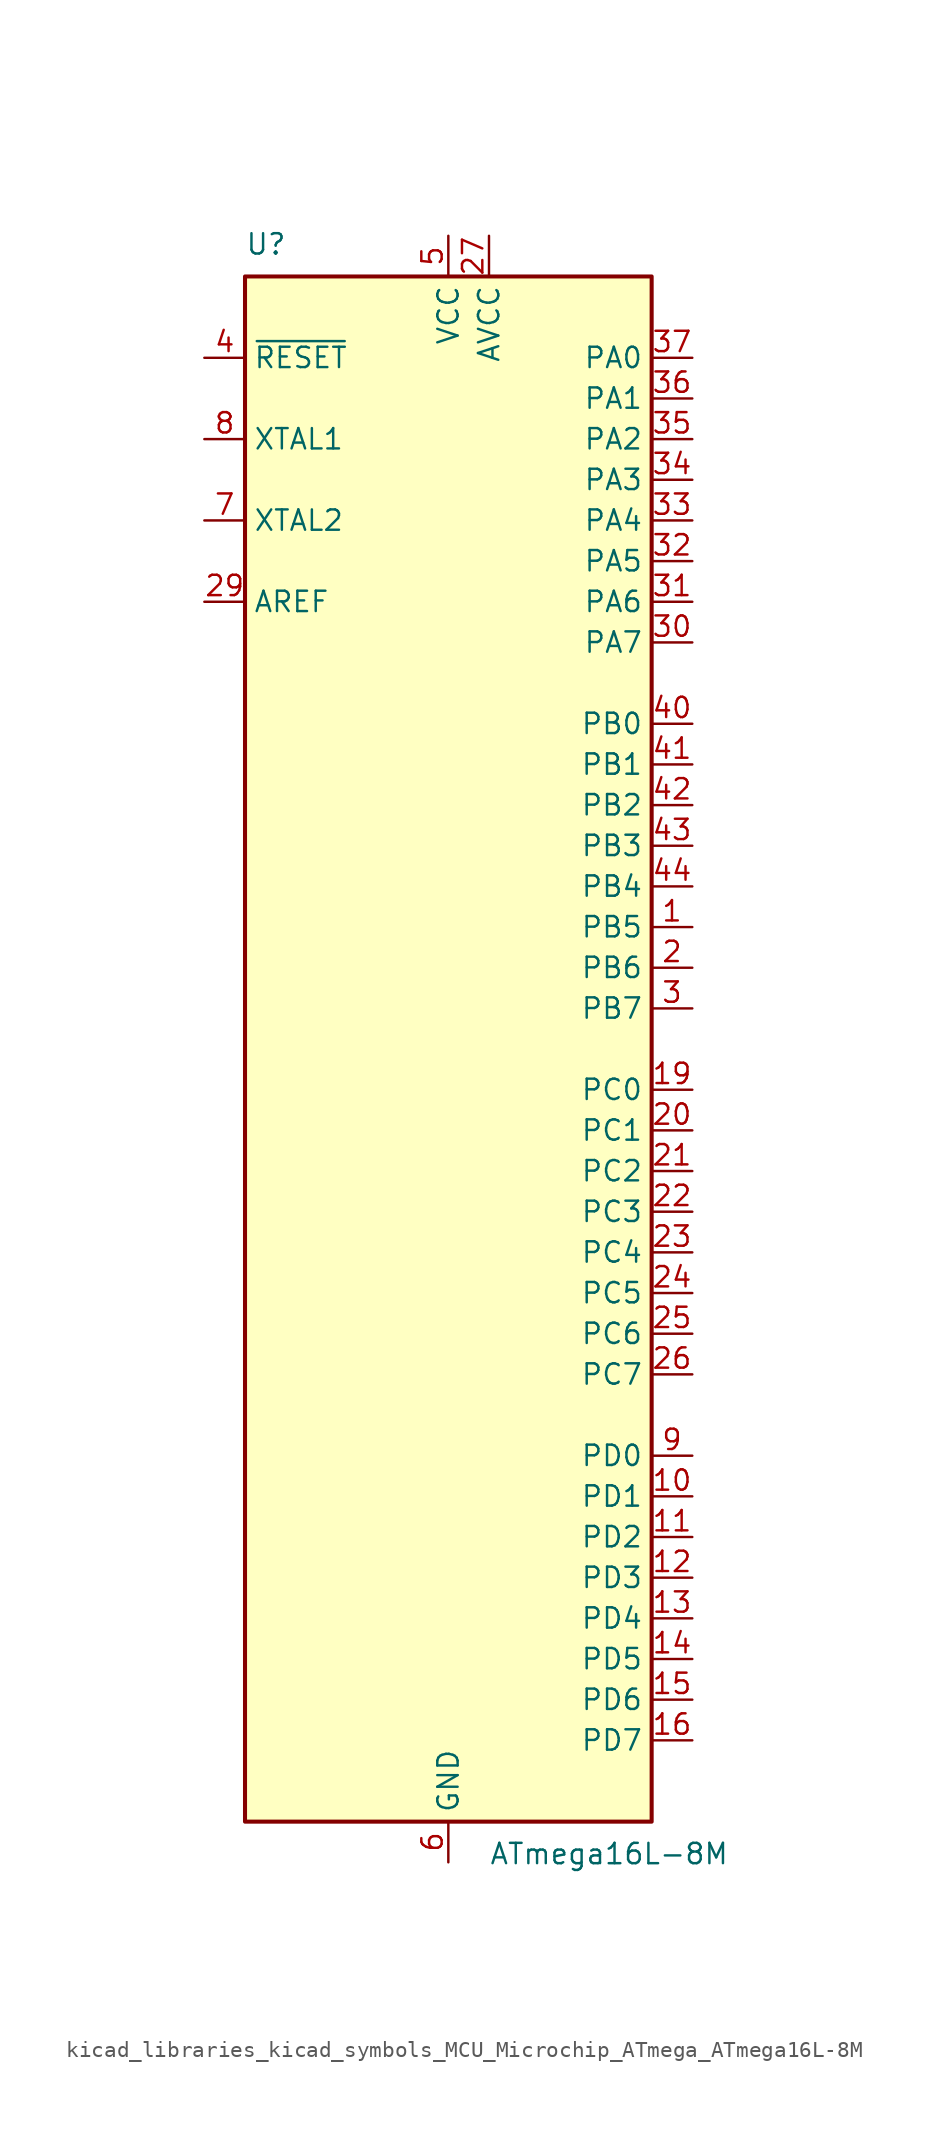
<source format=kicad_sym>
(kicad_symbol_lib
  (version 20220914)
  (generator kicad_symbol_editor)
  (symbol "kicad_libraries_kicad_symbols_MCU_Microchip_ATmega_ATmega16L-8M"
    (property "Reference" "U"
      (at -12.7 49.53 0)
      (effects (font (size 1.27 1.27)) (justify left bottom)))
    (property "Value" "ATmega16L-8M"
      (at 2.54 -49.53 0)
      (effects (font (size 1.27 1.27)) (justify left top)))
    (symbol "kicad_libraries_kicad_symbols_MCU_Microchip_ATmega_ATmega16L-8M_0_1"
      (rectangle (start -12.7 -48.26) (end 12.7 48.26) (stroke (width 0.254) (type default)) (fill (type background))))
    (symbol "kicad_libraries_kicad_symbols_MCU_Microchip_ATmega_ATmega16L-8M_1_1"
      (pin bidirectional line (at 15.24 7.62 180) (length 2.54) (name "PB5" (effects (font (size 1.27 1.27)))) (number "1" (effects (font (size 1.27 1.27)))))
      (pin bidirectional line (at 15.24 -27.94 180) (length 2.54) (name "PD1" (effects (font (size 1.27 1.27)))) (number "10" (effects (font (size 1.27 1.27)))))
      (pin bidirectional line (at 15.24 -30.48 180) (length 2.54) (name "PD2" (effects (font (size 1.27 1.27)))) (number "11" (effects (font (size 1.27 1.27)))))
      (pin bidirectional line (at 15.24 -33.02 180) (length 2.54) (name "PD3" (effects (font (size 1.27 1.27)))) (number "12" (effects (font (size 1.27 1.27)))))
      (pin bidirectional line (at 15.24 -35.56 180) (length 2.54) (name "PD4" (effects (font (size 1.27 1.27)))) (number "13" (effects (font (size 1.27 1.27)))))
      (pin bidirectional line (at 15.24 -38.1 180) (length 2.54) (name "PD5" (effects (font (size 1.27 1.27)))) (number "14" (effects (font (size 1.27 1.27)))))
      (pin bidirectional line (at 15.24 -40.64 180) (length 2.54) (name "PD6" (effects (font (size 1.27 1.27)))) (number "15" (effects (font (size 1.27 1.27)))))
      (pin bidirectional line (at 15.24 -43.18 180) (length 2.54) (name "PD7" (effects (font (size 1.27 1.27)))) (number "16" (effects (font (size 1.27 1.27)))))
      (pin passive line (at 0 50.8 270) (length 2.54) hide (name "VCC" (effects (font (size 1.27 1.27)))) (number "17" (effects (font (size 1.27 1.27)))))
      (pin passive line (at 0 -50.8 90) (length 2.54) hide (name "GND" (effects (font (size 1.27 1.27)))) (number "18" (effects (font (size 1.27 1.27)))))
      (pin bidirectional line (at 15.24 -2.54 180) (length 2.54) (name "PC0" (effects (font (size 1.27 1.27)))) (number "19" (effects (font (size 1.27 1.27)))))
      (pin bidirectional line (at 15.24 5.08 180) (length 2.54) (name "PB6" (effects (font (size 1.27 1.27)))) (number "2" (effects (font (size 1.27 1.27)))))
      (pin bidirectional line (at 15.24 -5.08 180) (length 2.54) (name "PC1" (effects (font (size 1.27 1.27)))) (number "20" (effects (font (size 1.27 1.27)))))
      (pin bidirectional line (at 15.24 -7.62 180) (length 2.54) (name "PC2" (effects (font (size 1.27 1.27)))) (number "21" (effects (font (size 1.27 1.27)))))
      (pin bidirectional line (at 15.24 -10.16 180) (length 2.54) (name "PC3" (effects (font (size 1.27 1.27)))) (number "22" (effects (font (size 1.27 1.27)))))
      (pin bidirectional line (at 15.24 -12.7 180) (length 2.54) (name "PC4" (effects (font (size 1.27 1.27)))) (number "23" (effects (font (size 1.27 1.27)))))
      (pin bidirectional line (at 15.24 -15.24 180) (length 2.54) (name "PC5" (effects (font (size 1.27 1.27)))) (number "24" (effects (font (size 1.27 1.27)))))
      (pin bidirectional line (at 15.24 -17.78 180) (length 2.54) (name "PC6" (effects (font (size 1.27 1.27)))) (number "25" (effects (font (size 1.27 1.27)))))
      (pin bidirectional line (at 15.24 -20.32 180) (length 2.54) (name "PC7" (effects (font (size 1.27 1.27)))) (number "26" (effects (font (size 1.27 1.27)))))
      (pin power_in line (at 2.54 50.8 270) (length 2.54) (name "AVCC" (effects (font (size 1.27 1.27)))) (number "27" (effects (font (size 1.27 1.27)))))
      (pin passive line (at 0 -50.8 90) (length 2.54) hide (name "GND" (effects (font (size 1.27 1.27)))) (number "28" (effects (font (size 1.27 1.27)))))
      (pin passive line (at -15.24 27.94 0) (length 2.54) (name "AREF" (effects (font (size 1.27 1.27)))) (number "29" (effects (font (size 1.27 1.27)))))
      (pin bidirectional line (at 15.24 2.54 180) (length 2.54) (name "PB7" (effects (font (size 1.27 1.27)))) (number "3" (effects (font (size 1.27 1.27)))))
      (pin bidirectional line (at 15.24 25.4 180) (length 2.54) (name "PA7" (effects (font (size 1.27 1.27)))) (number "30" (effects (font (size 1.27 1.27)))))
      (pin bidirectional line (at 15.24 27.94 180) (length 2.54) (name "PA6" (effects (font (size 1.27 1.27)))) (number "31" (effects (font (size 1.27 1.27)))))
      (pin bidirectional line (at 15.24 30.48 180) (length 2.54) (name "PA5" (effects (font (size 1.27 1.27)))) (number "32" (effects (font (size 1.27 1.27)))))
      (pin bidirectional line (at 15.24 33.02 180) (length 2.54) (name "PA4" (effects (font (size 1.27 1.27)))) (number "33" (effects (font (size 1.27 1.27)))))
      (pin bidirectional line (at 15.24 35.56 180) (length 2.54) (name "PA3" (effects (font (size 1.27 1.27)))) (number "34" (effects (font (size 1.27 1.27)))))
      (pin bidirectional line (at 15.24 38.1 180) (length 2.54) (name "PA2" (effects (font (size 1.27 1.27)))) (number "35" (effects (font (size 1.27 1.27)))))
      (pin bidirectional line (at 15.24 40.64 180) (length 2.54) (name "PA1" (effects (font (size 1.27 1.27)))) (number "36" (effects (font (size 1.27 1.27)))))
      (pin bidirectional line (at 15.24 43.18 180) (length 2.54) (name "PA0" (effects (font (size 1.27 1.27)))) (number "37" (effects (font (size 1.27 1.27)))))
      (pin passive line (at 0 50.8 270) (length 2.54) hide (name "VCC" (effects (font (size 1.27 1.27)))) (number "38" (effects (font (size 1.27 1.27)))))
      (pin passive line (at 0 -50.8 90) (length 2.54) hide (name "GND" (effects (font (size 1.27 1.27)))) (number "39" (effects (font (size 1.27 1.27)))))
      (pin input line (at -15.24 43.18 0) (length 2.54) (name "~{RESET}" (effects (font (size 1.27 1.27)))) (number "4" (effects (font (size 1.27 1.27)))))
      (pin bidirectional line (at 15.24 20.32 180) (length 2.54) (name "PB0" (effects (font (size 1.27 1.27)))) (number "40" (effects (font (size 1.27 1.27)))))
      (pin bidirectional line (at 15.24 17.78 180) (length 2.54) (name "PB1" (effects (font (size 1.27 1.27)))) (number "41" (effects (font (size 1.27 1.27)))))
      (pin bidirectional line (at 15.24 15.24 180) (length 2.54) (name "PB2" (effects (font (size 1.27 1.27)))) (number "42" (effects (font (size 1.27 1.27)))))
      (pin bidirectional line (at 15.24 12.7 180) (length 2.54) (name "PB3" (effects (font (size 1.27 1.27)))) (number "43" (effects (font (size 1.27 1.27)))))
      (pin bidirectional line (at 15.24 10.16 180) (length 2.54) (name "PB4" (effects (font (size 1.27 1.27)))) (number "44" (effects (font (size 1.27 1.27)))))
      (pin passive line (at 0 -50.8 90) (length 2.54) hide (name "GND" (effects (font (size 1.27 1.27)))) (number "45" (effects (font (size 1.27 1.27)))))
      (pin power_in line (at 0 50.8 270) (length 2.54) (name "VCC" (effects (font (size 1.27 1.27)))) (number "5" (effects (font (size 1.27 1.27)))))
      (pin power_in line (at 0 -50.8 90) (length 2.54) (name "GND" (effects (font (size 1.27 1.27)))) (number "6" (effects (font (size 1.27 1.27)))))
      (pin output line (at -15.24 33.02 0) (length 2.54) (name "XTAL2" (effects (font (size 1.27 1.27)))) (number "7" (effects (font (size 1.27 1.27)))))
      (pin input line (at -15.24 38.1 0) (length 2.54) (name "XTAL1" (effects (font (size 1.27 1.27)))) (number "8" (effects (font (size 1.27 1.27)))))
      (pin bidirectional line (at 15.24 -25.4 180) (length 2.54) (name "PD0" (effects (font (size 1.27 1.27)))) (number "9" (effects (font (size 1.27 1.27))))))))
</source>
